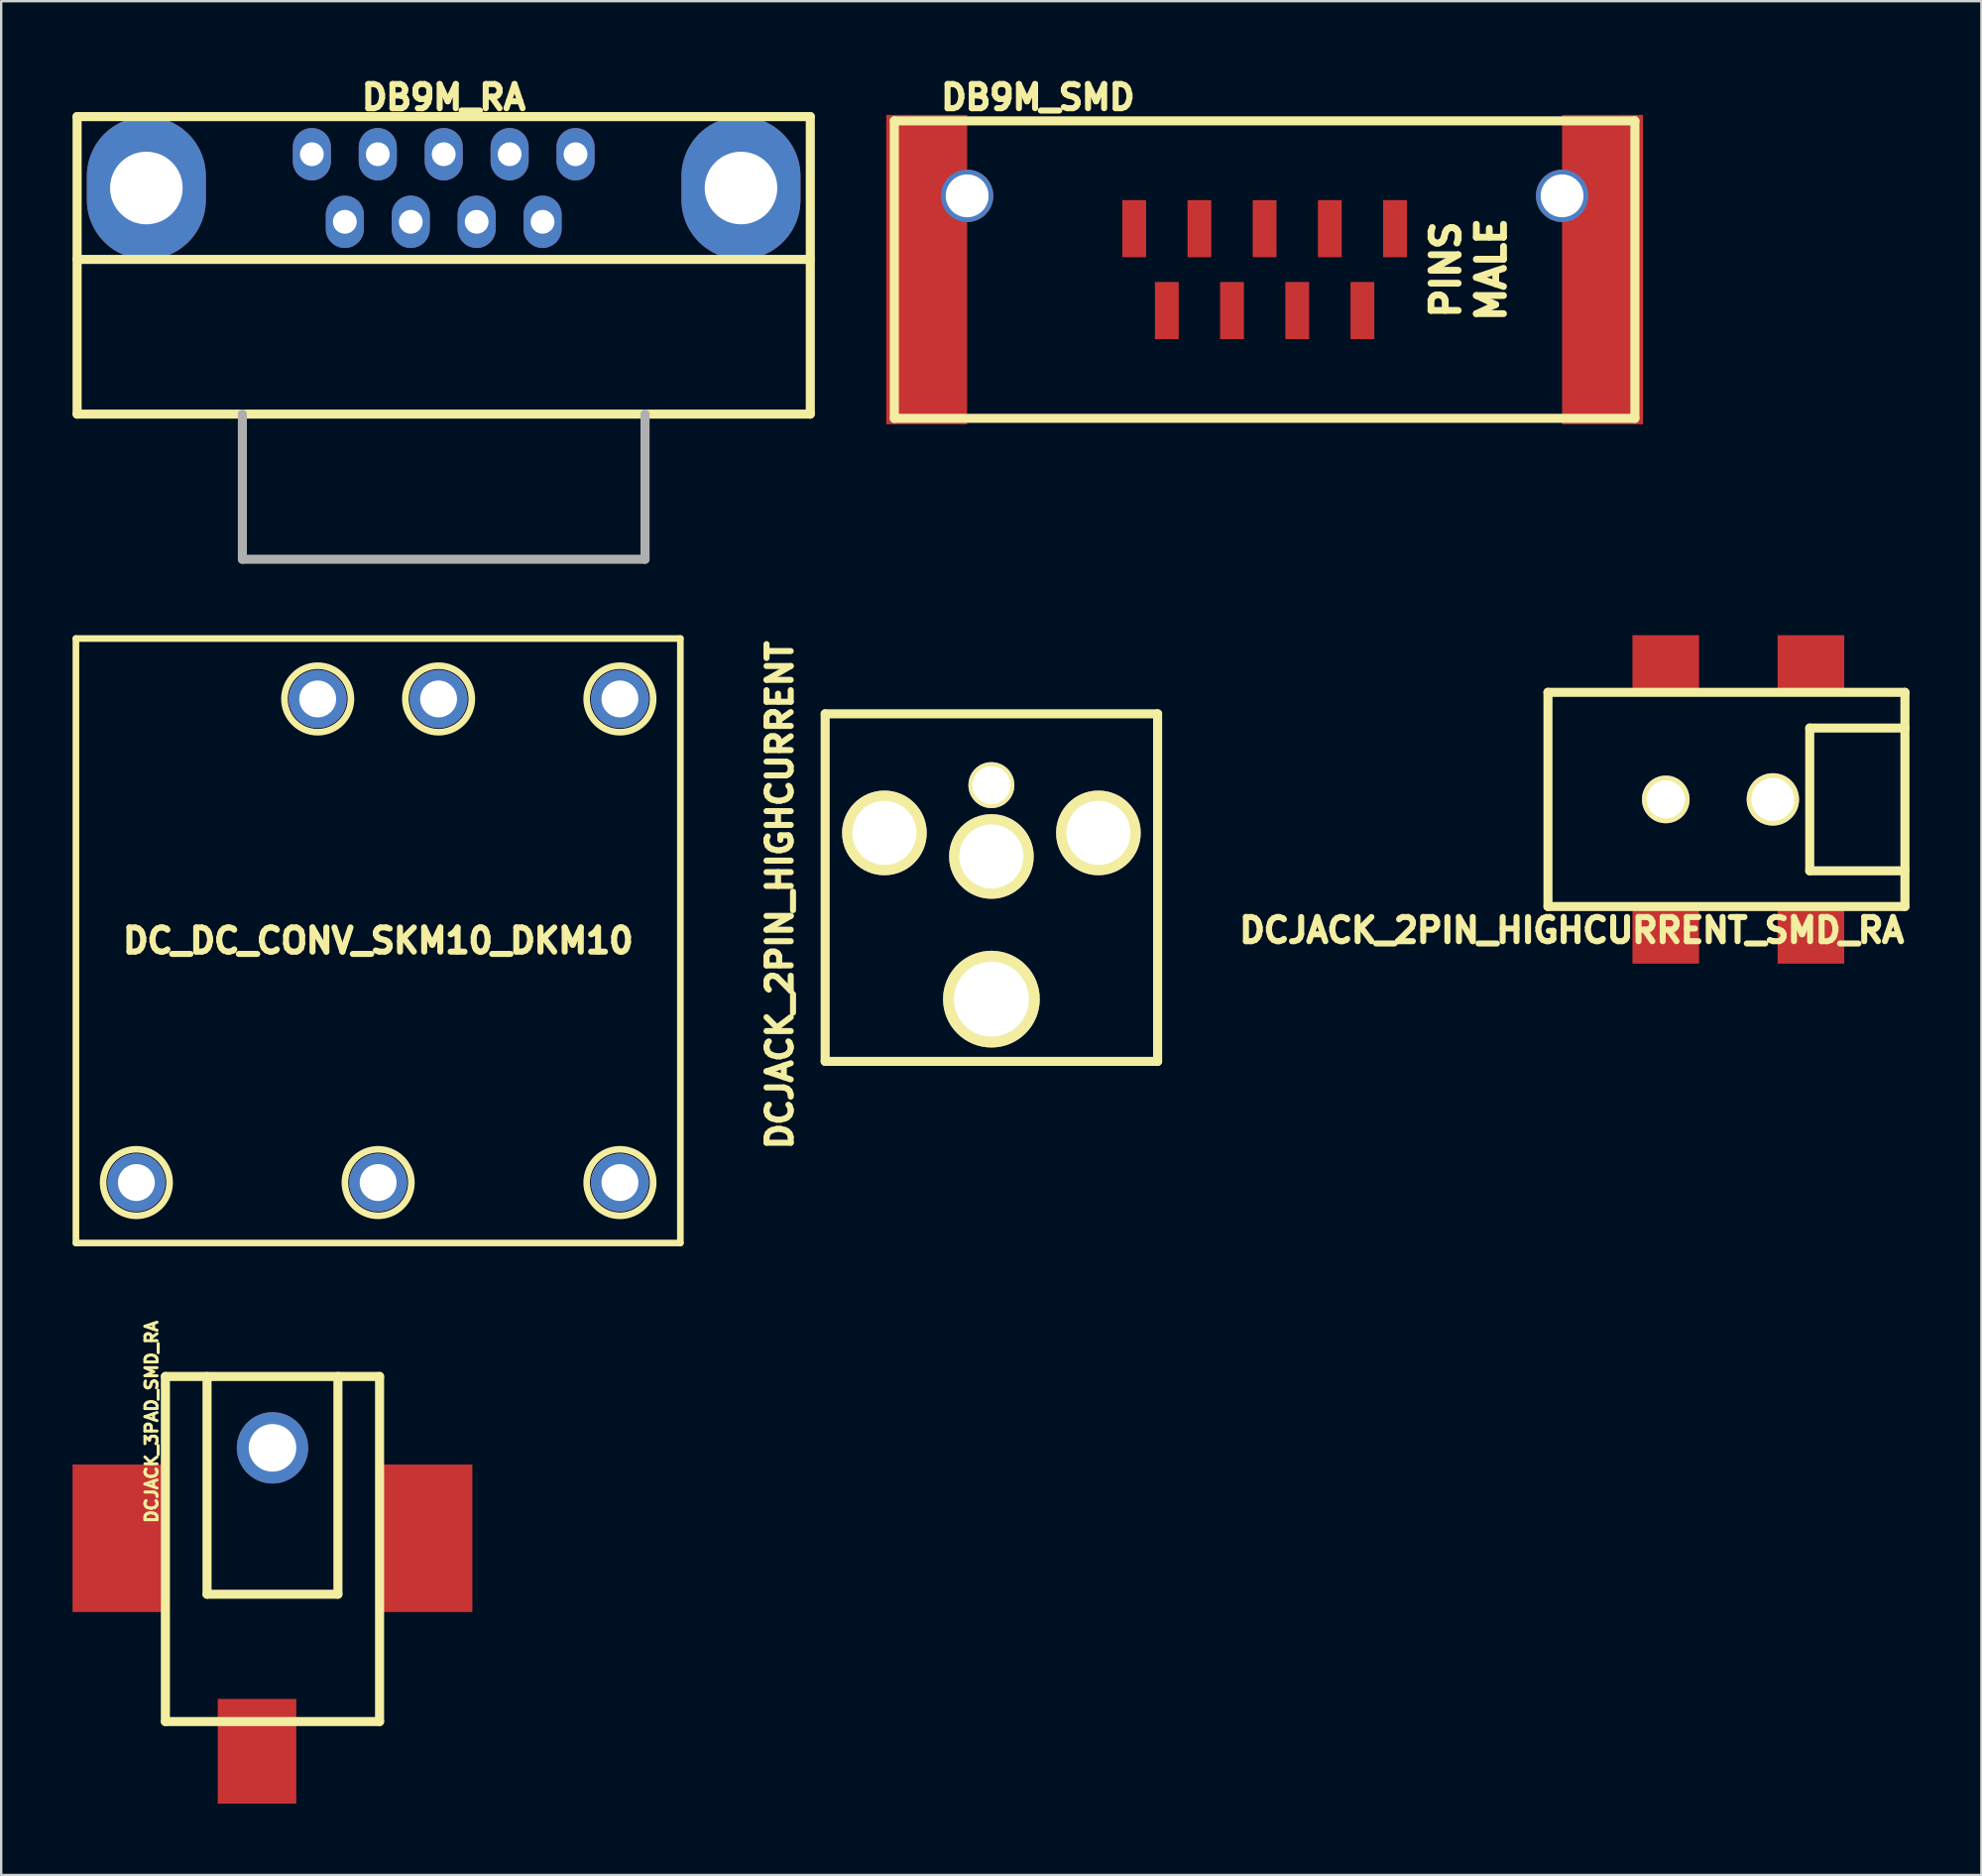
<source format=kicad_pcb>
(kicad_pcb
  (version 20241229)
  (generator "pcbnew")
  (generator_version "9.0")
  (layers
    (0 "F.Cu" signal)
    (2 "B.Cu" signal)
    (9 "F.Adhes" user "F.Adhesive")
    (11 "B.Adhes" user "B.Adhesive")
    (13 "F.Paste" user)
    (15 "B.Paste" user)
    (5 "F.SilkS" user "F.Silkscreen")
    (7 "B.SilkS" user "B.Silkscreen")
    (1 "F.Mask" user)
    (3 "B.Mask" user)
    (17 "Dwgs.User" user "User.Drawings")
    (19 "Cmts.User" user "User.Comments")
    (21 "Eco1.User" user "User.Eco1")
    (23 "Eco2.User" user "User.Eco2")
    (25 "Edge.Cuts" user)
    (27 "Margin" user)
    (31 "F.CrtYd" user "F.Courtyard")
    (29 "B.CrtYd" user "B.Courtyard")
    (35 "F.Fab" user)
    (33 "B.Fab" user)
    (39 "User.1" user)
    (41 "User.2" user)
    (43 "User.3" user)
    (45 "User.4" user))
  (footprint "DC_DC_CONV_SKM10_DKM10"
    (layer "F.Cu")
    (at 12.84 36.48)
    (property "Reference" "DC_DC_CONV_SKM10_DKM10" (at 0 0 0) (layer "F.SilkS") (effects (font (size 1.016 1.016) (thickness 0.254))))
    (attr through_hole)
    (fp_line (start -12.7 -12.7) (end -12.7 12.7) (stroke (width 0.279) (type solid)) (layer "F.SilkS"))
    (fp_line (start -12.7 12.7) (end 12.7 12.7) (stroke (width 0.279) (type solid)) (layer "F.SilkS"))
    (fp_line (start 12.7 -12.7) (end -12.7 -12.7) (stroke (width 0.279) (type solid)) (layer "F.SilkS"))
    (fp_line (start 12.7 12.7) (end 12.7 -12.7) (stroke (width 0.279) (type solid)) (layer "F.SilkS"))
    (fp_circle (center -10.16 10.16) (end -8.763 10.16) (stroke (width 0.279) (type solid)) (fill no) (layer "F.SilkS"))
    (fp_circle (center -2.54 -10.16) (end -1.143 -10.16) (stroke (width 0.279) (type solid)) (fill no) (layer "F.SilkS"))
    (fp_circle (center 0 10.16) (end 1.397 10.16) (stroke (width 0.279) (type solid)) (fill no) (layer "F.SilkS"))
    (fp_circle (center 2.54 -10.16) (end 3.937 -10.16) (stroke (width 0.279) (type solid)) (fill no) (layer "F.SilkS"))
    (fp_circle (center 10.16 -10.16) (end 11.557 -10.16) (stroke (width 0.279) (type solid)) (fill no) (layer "F.SilkS"))
    (fp_circle (center 10.16 10.16) (end 11.557 10.16) (stroke (width 0.279) (type solid)) (fill no) (layer "F.SilkS"))
    (pad "1" thru_hole circle (at -2.54 -10.16) (size 2.438 2.438) (drill 1.549) (layers "*.Cu" "*.Mask"))
    (pad "2" thru_hole circle (at 2.54 -10.16) (size 2.438 2.438) (drill 1.549) (layers "*.Cu" "*.Mask"))
    (pad "3" thru_hole circle (at -10.16 10.16) (size 2.438 2.438) (drill 1.549) (layers "*.Cu" "*.Mask"))
    (pad "4" thru_hole circle (at 0 10.16) (size 2.438 2.438) (drill 1.549) (layers "*.Cu" "*.Mask"))
    (pad "5" thru_hole circle (at 10.16 10.16) (size 2.438 2.438) (drill 1.549) (layers "*.Cu" "*.Mask"))
    (pad "6" thru_hole circle (at 10.16 -10.16) (size 2.438 2.438) (drill 1.549) (layers "*.Cu" "*.Mask")))
  (footprint "DCJACK_2PIN_HIGHCURRENT"
    (layer "F.Cu")
    (at 38.61 26.944)
    (property "Reference" "DCJACK_2PIN_HIGHCURRENT" (at -8.89 7.62 90) (layer "F.SilkS") (effects (font (size 1.016 1.016) (thickness 0.254))))
    (attr through_hole)
    (fp_line (start -6.985 0) (end 6.985 0) (stroke (width 0.381) (type solid)) (layer "F.SilkS"))
    (fp_line (start -6.985 14.605) (end -6.985 0) (stroke (width 0.381) (type solid)) (layer "F.SilkS"))
    (fp_line (start 6.985 0) (end 6.985 14.605) (stroke (width 0.381) (type solid)) (layer "F.SilkS"))
    (fp_line (start 6.985 14.605) (end -6.985 14.605) (stroke (width 0.381) (type solid)) (layer "F.SilkS"))
    (pad "" thru_hole circle (at -4.496 5.004) (size 3.556 3.556) (drill 2.692) (layers "*.Cu" "*.Mask" "F.SilkS"))
    (pad "" thru_hole circle (at 0 2.997) (size 1.93 1.93) (drill 1.6) (layers "*.Cu" "*.Mask" "F.SilkS"))
    (pad "" thru_hole circle (at 4.496 5.004) (size 3.556 3.556) (drill 2.692) (layers "*.Cu" "*.Mask" "F.SilkS"))
    (pad "1" thru_hole circle (at 0 11.989) (size 4.064 4.064) (drill 3.15) (layers "*.Cu" "*.Mask" "F.SilkS"))
    (pad "2" thru_hole circle (at 0 5.994) (size 3.556 3.556) (drill 2.692) (layers "*.Cu" "*.Mask" "F.SilkS")))
  (footprint "DB9M_SMD"
    (layer "F.Cu")
    (at 50.091 8.279)
    (property "Reference" "DB9M_SMD" (at -9.525 -7.239 0) (layer "F.SilkS") (effects (font (size 1.016 1.016) (thickness 0.254))))
    (attr through_hole)
    (fp_line (start -15.56 -6.25) (end -15.56 6.25) (stroke (width 0.381) (type solid)) (layer "F.SilkS"))
    (fp_line (start -15.56 6.25) (end 15.56 6.25) (stroke (width 0.381) (type solid)) (layer "F.SilkS"))
    (fp_line (start 15.56 -6.25) (end -15.56 -6.25) (stroke (width 0.381) (type solid)) (layer "F.SilkS"))
    (fp_line (start 15.56 6.25) (end 15.56 -6.25) (stroke (width 0.381) (type solid)) (layer "F.SilkS"))
    (fp_text user "PINS" (at 7.62 0 90) (layer "F.SilkS") (effects (font (size 1.143 1.143) (thickness 0.286))))
    (fp_text user "MALE" (at 9.525 0 90) (layer "F.SilkS") (effects (font (size 1.143 1.143) (thickness 0.286))))
    (pad "" smd rect (at -14.2 0) (size 3.4 13) (layers "F.Cu" "F.Mask"))
    (pad "" thru_hole circle (at -12.5 -3.1) (size 2.2 2.2) (drill 1.8) (layers "*.Cu" "*.Mask"))
    (pad "" thru_hole circle (at 12.5 -3.1) (size 2.2 2.2) (drill 1.8) (layers "*.Cu" "*.Mask"))
    (pad "" smd rect (at 14.2 0) (size 3.4 13) (layers "F.Cu" "F.Mask"))
    (pad "1" smd rect (at -5.48 -1.72) (size 1 2.4) (layers "F.Cu" "F.Mask"))
    (pad "2" smd rect (at -2.74 -1.72) (size 1 2.4) (layers "F.Cu" "F.Mask"))
    (pad "3" smd rect (at 0 -1.72) (size 1 2.4) (layers "F.Cu" "F.Mask"))
    (pad "4" smd rect (at 2.74 -1.72) (size 1 2.4) (layers "F.Cu" "F.Mask"))
    (pad "5" smd rect (at 5.48 -1.72) (size 1 2.4) (layers "F.Cu" "F.Mask"))
    (pad "6" smd rect (at -4.11 1.72) (size 1 2.4) (layers "F.Cu" "F.Mask"))
    (pad "7" smd rect (at -1.37 1.72) (size 1 2.4) (layers "F.Cu" "F.Mask"))
    (pad "8" smd rect (at 1.37 1.72) (size 1 2.4) (layers "F.Cu" "F.Mask"))
    (pad "9" smd rect (at 4.11 1.72) (size 1 2.4) (layers "F.Cu" "F.Mask")))
  (footprint "DB9M_RA"
    (layer "F.Cu")
    (at 15.595 4.85)
    (property "Reference" "DB9M_RA" (at 0 -3.81 0) (layer "F.SilkS") (effects (font (size 1.016 1.016) (thickness 0.254))))
    (attr through_hole)
    (fp_line (start -15.405 -3) (end -15.405 9.5) (stroke (width 0.381) (type solid)) (layer "F.SilkS"))
    (fp_line (start -15.405 -3) (end 15.405 -3) (stroke (width 0.381) (type solid)) (layer "F.SilkS"))
    (fp_line (start -15.405 3) (end 15.405 3) (stroke (width 0.381) (type solid)) (layer "F.SilkS"))
    (fp_line (start -15.405 9.5) (end 15.405 9.5) (stroke (width 0.381) (type solid)) (layer "F.SilkS"))
    (fp_line (start 15.405 -3) (end 15.405 9.5) (stroke (width 0.381) (type solid)) (layer "F.SilkS"))
    (fp_line (start -8.46 9.5) (end -8.46 15.6) (stroke (width 0.381) (type solid)) (layer "F.Fab"))
    (fp_line (start -8.46 15.6) (end 8.46 15.6) (stroke (width 0.381) (type solid)) (layer "F.Fab"))
    (fp_line (start 8.46 15.6) (end 8.46 9.5) (stroke (width 0.381) (type solid)) (layer "F.Fab"))
    (pad "" thru_hole oval (at -12.495 0) (size 5 6) (drill 3.05) (layers "*.Cu" "*.Mask"))
    (pad "" thru_hole oval (at 12.492 0) (size 5 6) (drill 3.05) (layers "*.Cu" "*.Mask"))
    (pad "1" thru_hole oval (at -5.54 -1.42) (size 1.6 2.2) (drill 1) (layers "*.Cu" "*.Mask"))
    (pad "2" thru_hole oval (at -2.77 -1.42) (size 1.6 2.2) (drill 1) (layers "*.Cu" "*.Mask"))
    (pad "3" thru_hole oval (at 0 -1.42) (size 1.6 2.2) (drill 1) (layers "*.Cu" "*.Mask"))
    (pad "4" thru_hole oval (at 2.77 -1.42) (size 1.6 2.2) (drill 1) (layers "*.Cu" "*.Mask"))
    (pad "5" thru_hole oval (at 5.54 -1.42) (size 1.6 2.2) (drill 1) (layers "*.Cu" "*.Mask"))
    (pad "6" thru_hole oval (at -4.155 1.42) (size 1.6 2.2) (drill 1) (layers "*.Cu" "*.Mask"))
    (pad "7" thru_hole oval (at -1.385 1.42) (size 1.6 2.2) (drill 1) (layers "*.Cu" "*.Mask"))
    (pad "8" thru_hole oval (at 1.385 1.42) (size 1.6 2.2) (drill 1) (layers "*.Cu" "*.Mask"))
    (pad "9" thru_hole oval (at 4.155 1.42) (size 1.6 2.2) (drill 1) (layers "*.Cu" "*.Mask")))
  (footprint "DCJACK_3PAD_SMD_RA"
    (layer "F.Cu")
    (at 8.4 54.788)
    (property "Reference" "DCJACK_3PAD_SMD_RA" (at -5.08 1.905 90) (layer "F.SilkS") (effects (font (size 0.508 0.508) (thickness 0.127))))
    (attr through_hole)
    (fp_line (start -4.5 14.5) (end -4.5 0) (stroke (width 0.381) (type solid)) (layer "F.SilkS"))
    (fp_line (start -2.75 0) (end -2.75 9.15) (stroke (width 0.381) (type solid)) (layer "F.SilkS"))
    (fp_line (start 2.75 0) (end 2.75 9.15) (stroke (width 0.381) (type solid)) (layer "F.SilkS"))
    (fp_line (start 2.75 9.15) (end -2.75 9.15) (stroke (width 0.381) (type solid)) (layer "F.SilkS"))
    (fp_line (start 4.5 0) (end -4.5 0) (stroke (width 0.381) (type solid)) (layer "F.SilkS"))
    (fp_line (start 4.5 0) (end 4.5 14.5) (stroke (width 0.381) (type solid)) (layer "F.SilkS"))
    (fp_line (start 4.5 14.5) (end -4.5 14.5) (stroke (width 0.381) (type solid)) (layer "F.SilkS"))
    (pad "" thru_hole circle (at 0 3 270) (size 3 3) (drill 2) (layers "*.Cu" "*.Mask"))
    (pad "1" smd rect (at -0.65 15.75 270) (size 4.4 3.3) (layers "F.Cu" "F.Mask" "F.Paste"))
    (pad "2" smd rect (at 6.45 6.8 270) (size 6.2 3.9) (layers "F.Cu" "F.Mask" "F.Paste"))
    (pad "3" smd rect (at -6.45 6.8 270) (size 6.2 3.9) (layers "F.Cu" "F.Mask" "F.Paste")))
  (footprint "DCJACK_2PIN_HIGHCURRENT_SMD_RA"
    (layer "F.Cu")
    (at 69.998 30.541)
    (property "Reference" "DCJACK_2PIN_HIGHCURRENT_SMD_RA" (at -7 5.5 0) (layer "F.SilkS") (effects (font (size 1.016 1.016) (thickness 0.254))))
    (attr through_hole)
    (fp_line (start -8 -4.5) (end -8 4.5) (stroke (width 0.381) (type solid)) (layer "F.SilkS"))
    (fp_line (start -8 4.5) (end 7 4.5) (stroke (width 0.381) (type solid)) (layer "F.SilkS"))
    (fp_line (start 3 -3) (end 3 3) (stroke (width 0.381) (type solid)) (layer "F.SilkS"))
    (fp_line (start 3 3) (end 7 3) (stroke (width 0.381) (type solid)) (layer "F.SilkS"))
    (fp_line (start 7 -4.5) (end -8 -4.5) (stroke (width 0.381) (type solid)) (layer "F.SilkS"))
    (fp_line (start 7 -3) (end 3 -3) (stroke (width 0.381) (type solid)) (layer "F.SilkS"))
    (fp_line (start 7 4.5) (end 7 -4.5) (stroke (width 0.381) (type solid)) (layer "F.SilkS"))
    (pad "" thru_hole circle (at -3.05 0) (size 2 2) (drill 1.6) (layers "*.Cu" "*.Mask" "F.SilkS"))
    (pad "" thru_hole circle (at 1.45 0) (size 2.2 2.2) (drill 1.8) (layers "*.Cu" "*.Mask" "F.SilkS"))
    (pad "1" smd rect (at -3.05 -5.7) (size 2.8 2.4) (layers "F.Cu" "F.Mask" "F.Paste"))
    (pad "1" smd rect (at 3.05 -5.7) (size 2.8 2.4) (layers "F.Cu" "F.Mask" "F.Paste"))
    (pad "2" smd rect (at -3.05 5.7) (size 2.8 2.4) (layers "F.Cu" "F.Mask" "F.Paste"))
    (pad "3" smd rect (at 3.05 5.7) (size 2.8 2.4) (layers "F.Cu" "F.Mask" "F.Paste")))
  (gr_rect
    (start -3 -3)
    (end 80.211 75.738)
    (stroke (width 0.1) (type default))
    (fill no)
    (layer "Edge.Cuts")))
</source>
